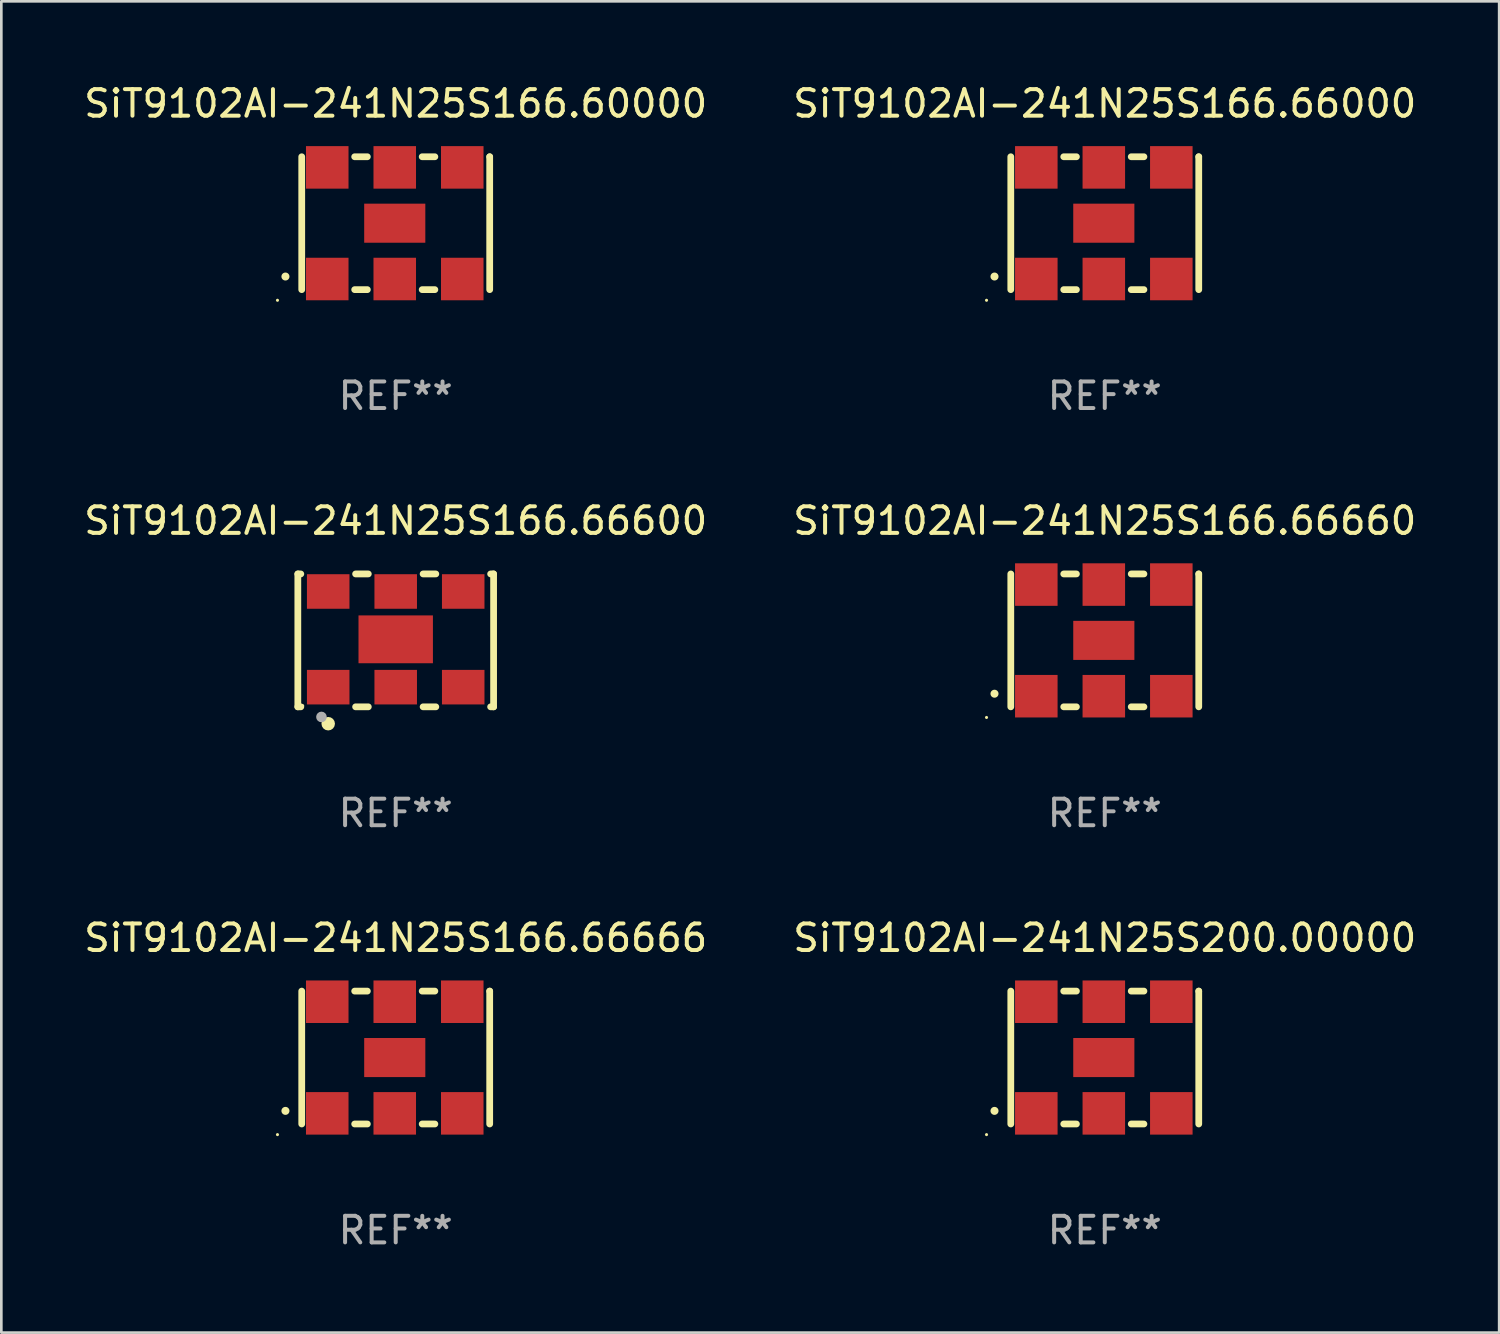
<source format=kicad_pcb>
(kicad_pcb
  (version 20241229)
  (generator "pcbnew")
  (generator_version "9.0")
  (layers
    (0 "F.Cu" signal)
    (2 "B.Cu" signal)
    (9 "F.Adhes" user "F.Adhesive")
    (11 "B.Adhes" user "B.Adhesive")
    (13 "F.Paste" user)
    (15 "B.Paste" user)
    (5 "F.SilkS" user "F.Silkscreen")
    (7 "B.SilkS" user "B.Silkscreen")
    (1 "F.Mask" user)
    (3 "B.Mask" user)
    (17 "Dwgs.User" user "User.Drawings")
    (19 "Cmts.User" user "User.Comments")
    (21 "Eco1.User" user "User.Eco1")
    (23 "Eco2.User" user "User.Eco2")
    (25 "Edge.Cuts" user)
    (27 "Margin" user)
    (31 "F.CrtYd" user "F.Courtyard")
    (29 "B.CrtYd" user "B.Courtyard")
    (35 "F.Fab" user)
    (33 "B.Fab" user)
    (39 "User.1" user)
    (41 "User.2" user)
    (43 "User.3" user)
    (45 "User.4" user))
  (footprint "SiT9102AI-241N25S200.00000"
    (layer "F.Cu")
    (at 38.518 36.741)
    (property "Reference" "SiT9102AI-241N25S200.00000" (at 0 -4.5 0) (layer "F.SilkS") (effects (font (size 1 1) (thickness 0.15))))
    (attr through_hole)
    (fp_line (start -3.536 -2.5) (end -3.536 2.5) (stroke (width 0.254) (type solid)) (layer "F.SilkS"))
    (fp_line (start -1.544 2.5) (end -1.067 2.5) (stroke (width 0.254) (type solid)) (layer "F.SilkS"))
    (fp_line (start -1.067 -2.5) (end -1.544 -2.5) (stroke (width 0.254) (type solid)) (layer "F.SilkS"))
    (fp_line (start 0.996 2.5) (end 1.473 2.5) (stroke (width 0.254) (type solid)) (layer "F.SilkS"))
    (fp_line (start 1.473 -2.5) (end 0.996 -2.5) (stroke (width 0.254) (type solid)) (layer "F.SilkS"))
    (fp_line (start 3.536 -2.5) (end 3.536 -2.5) (stroke (width 0.254) (type solid)) (layer "F.SilkS"))
    (fp_line (start 3.536 2.5) (end 3.536 -2.5) (stroke (width 0.254) (type solid)) (layer "F.SilkS"))
    (fp_arc (start -4.150432 2.006604) (mid -4.149162 2.006599) (end -4.147892 2.006604) (stroke (width 0.3) (type solid)) (layer "F.SilkS"))
    (fp_circle (center -4.449 2.9) (end -4.419 2.9) (stroke (width 0.06) (type solid)) (fill no) (layer "F.SilkS"))
    (fp_text user "REF**" (at 0 6.5 0) (layer "F.Fab") (effects (font (size 1 1) (thickness 0.15))))
    (pad "1" smd rect (at -2.576 2.1) (size 1.6 1.6) (layers "F.Cu" "F.Mask" "F.Paste"))
    (pad "2" smd rect (at -0.036 2.1) (size 1.6 1.6) (layers "F.Cu" "F.Mask" "F.Paste"))
    (pad "3" smd rect (at 2.504 2.1) (size 1.6 1.6) (layers "F.Cu" "F.Mask" "F.Paste"))
    (pad "4" smd rect (at 2.504 -2.1) (size 1.6 1.6) (layers "F.Cu" "F.Mask" "F.Paste"))
    (pad "5" smd rect (at -0.036 -2.1) (size 1.6 1.6) (layers "F.Cu" "F.Mask" "F.Paste"))
    (pad "6" smd rect (at -2.576 -2.1) (size 1.6 1.6) (layers "F.Cu" "F.Mask" "F.Paste"))
    (pad "7" smd rect (at -0.036 0) (size 2.3 1.47) (layers "F.Cu" "F.Mask" "F.Paste")))
  (footprint "SiT9102AI-241N25S166.60000"
    (layer "F.Cu")
    (at 11.839 5.348)
    (property "Reference" "SiT9102AI-241N25S166.60000" (at 0 -4.5 0) (layer "F.SilkS") (effects (font (size 1 1) (thickness 0.15))))
    (attr through_hole)
    (fp_line (start -3.536 -2.5) (end -3.536 2.5) (stroke (width 0.254) (type solid)) (layer "F.SilkS"))
    (fp_line (start -1.544 2.5) (end -1.067 2.5) (stroke (width 0.254) (type solid)) (layer "F.SilkS"))
    (fp_line (start -1.067 -2.5) (end -1.544 -2.5) (stroke (width 0.254) (type solid)) (layer "F.SilkS"))
    (fp_line (start 0.996 2.5) (end 1.473 2.5) (stroke (width 0.254) (type solid)) (layer "F.SilkS"))
    (fp_line (start 1.473 -2.5) (end 0.996 -2.5) (stroke (width 0.254) (type solid)) (layer "F.SilkS"))
    (fp_line (start 3.536 -2.5) (end 3.536 -2.5) (stroke (width 0.254) (type solid)) (layer "F.SilkS"))
    (fp_line (start 3.536 2.5) (end 3.536 -2.5) (stroke (width 0.254) (type solid)) (layer "F.SilkS"))
    (fp_arc (start -4.150432 2.006604) (mid -4.149162 2.006599) (end -4.147892 2.006604) (stroke (width 0.3) (type solid)) (layer "F.SilkS"))
    (fp_circle (center -4.449 2.9) (end -4.419 2.9) (stroke (width 0.06) (type solid)) (fill no) (layer "F.SilkS"))
    (fp_text user "REF**" (at 0 6.5 0) (layer "F.Fab") (effects (font (size 1 1) (thickness 0.15))))
    (pad "1" smd rect (at -2.576 2.1) (size 1.6 1.6) (layers "F.Cu" "F.Mask" "F.Paste"))
    (pad "2" smd rect (at -0.036 2.1) (size 1.6 1.6) (layers "F.Cu" "F.Mask" "F.Paste"))
    (pad "3" smd rect (at 2.504 2.1) (size 1.6 1.6) (layers "F.Cu" "F.Mask" "F.Paste"))
    (pad "4" smd rect (at 2.504 -2.1) (size 1.6 1.6) (layers "F.Cu" "F.Mask" "F.Paste"))
    (pad "5" smd rect (at -0.036 -2.1) (size 1.6 1.6) (layers "F.Cu" "F.Mask" "F.Paste"))
    (pad "6" smd rect (at -2.576 -2.1) (size 1.6 1.6) (layers "F.Cu" "F.Mask" "F.Paste"))
    (pad "7" smd rect (at -0.036 0) (size 2.3 1.47) (layers "F.Cu" "F.Mask" "F.Paste")))
  (footprint "SiT9102AI-241N25S166.66666"
    (layer "F.Cu")
    (at 11.839 36.741)
    (property "Reference" "SiT9102AI-241N25S166.66666" (at 0 -4.5 0) (layer "F.SilkS") (effects (font (size 1 1) (thickness 0.15))))
    (attr through_hole)
    (fp_line (start -3.536 -2.5) (end -3.536 2.5) (stroke (width 0.254) (type solid)) (layer "F.SilkS"))
    (fp_line (start -1.544 2.5) (end -1.067 2.5) (stroke (width 0.254) (type solid)) (layer "F.SilkS"))
    (fp_line (start -1.067 -2.5) (end -1.544 -2.5) (stroke (width 0.254) (type solid)) (layer "F.SilkS"))
    (fp_line (start 0.996 2.5) (end 1.473 2.5) (stroke (width 0.254) (type solid)) (layer "F.SilkS"))
    (fp_line (start 1.473 -2.5) (end 0.996 -2.5) (stroke (width 0.254) (type solid)) (layer "F.SilkS"))
    (fp_line (start 3.536 -2.5) (end 3.536 -2.5) (stroke (width 0.254) (type solid)) (layer "F.SilkS"))
    (fp_line (start 3.536 2.5) (end 3.536 -2.5) (stroke (width 0.254) (type solid)) (layer "F.SilkS"))
    (fp_arc (start -4.150432 2.006604) (mid -4.149162 2.006599) (end -4.147892 2.006604) (stroke (width 0.3) (type solid)) (layer "F.SilkS"))
    (fp_circle (center -4.449 2.9) (end -4.419 2.9) (stroke (width 0.06) (type solid)) (fill no) (layer "F.SilkS"))
    (fp_text user "REF**" (at 0 6.5 0) (layer "F.Fab") (effects (font (size 1 1) (thickness 0.15))))
    (pad "1" smd rect (at -2.576 2.1) (size 1.6 1.6) (layers "F.Cu" "F.Mask" "F.Paste"))
    (pad "2" smd rect (at -0.036 2.1) (size 1.6 1.6) (layers "F.Cu" "F.Mask" "F.Paste"))
    (pad "3" smd rect (at 2.504 2.1) (size 1.6 1.6) (layers "F.Cu" "F.Mask" "F.Paste"))
    (pad "4" smd rect (at 2.504 -2.1) (size 1.6 1.6) (layers "F.Cu" "F.Mask" "F.Paste"))
    (pad "5" smd rect (at -0.036 -2.1) (size 1.6 1.6) (layers "F.Cu" "F.Mask" "F.Paste"))
    (pad "6" smd rect (at -2.576 -2.1) (size 1.6 1.6) (layers "F.Cu" "F.Mask" "F.Paste"))
    (pad "7" smd rect (at -0.036 0) (size 2.3 1.47) (layers "F.Cu" "F.Mask" "F.Paste")))
  (footprint "SiT9102AI-241N25S166.66600"
    (layer "F.Cu")
    (at 11.839 21.045)
    (property "Reference" "SiT9102AI-241N25S166.66600" (at 0 -4.5 0) (layer "F.SilkS") (effects (font (size 1 1) (thickness 0.15))))
    (attr through_hole)
    (fp_line (start -3.683 -2.5) (end -3.571 -2.5) (stroke (width 0.254) (type solid)) (layer "F.SilkS"))
    (fp_line (start -3.683 2.5) (end -3.683 -2.5) (stroke (width 0.254) (type solid)) (layer "F.SilkS"))
    (fp_line (start -3.683 2.5) (end -3.571 2.5) (stroke (width 0.254) (type solid)) (layer "F.SilkS"))
    (fp_line (start -1.509 -2.5) (end -1.031 -2.5) (stroke (width 0.254) (type solid)) (layer "F.SilkS"))
    (fp_line (start -1.509 2.5) (end -1.031 2.5) (stroke (width 0.254) (type solid)) (layer "F.SilkS"))
    (fp_line (start 1.031 -2.5) (end 1.509 -2.5) (stroke (width 0.254) (type solid)) (layer "F.SilkS"))
    (fp_line (start 1.031 2.5) (end 1.509 2.5) (stroke (width 0.254) (type solid)) (layer "F.SilkS"))
    (fp_line (start 3.571 -2.5) (end 3.683 -2.5) (stroke (width 0.254) (type solid)) (layer "F.SilkS"))
    (fp_line (start 3.571 2.5) (end 3.683 2.5) (stroke (width 0.254) (type solid)) (layer "F.SilkS"))
    (fp_line (start 3.683 2.5) (end 3.683 -2.5) (stroke (width 0.254) (type solid)) (layer "F.SilkS"))
    (fp_circle (center -3.5 2.46) (end -3.47 2.46) (stroke (width 0.06) (type solid)) (fill no) (layer "F.SilkS"))
    (fp_circle (center -2.54 3.135) (end -2.413 3.135) (stroke (width 0.254) (type solid)) (fill no) (layer "F.SilkS"))
    (fp_circle (center -2.794 2.881) (end -2.694 2.881) (stroke (width 0.2) (type solid)) (fill no) (layer "F.Fab"))
    (fp_text user "REF**" (at 0 6.5 0) (layer "F.Fab") (effects (font (size 1 1) (thickness 0.15))))
    (pad "1" smd rect (at -2.54 1.76) (size 1.6 1.3) (layers "F.Cu" "F.Mask" "F.Paste"))
    (pad "2" smd rect (at 0 1.76) (size 1.6 1.3) (layers "F.Cu" "F.Mask" "F.Paste"))
    (pad "3" smd rect (at 2.54 1.76) (size 1.6 1.3) (layers "F.Cu" "F.Mask" "F.Paste"))
    (pad "4" smd rect (at 2.54 -1.84) (size 1.6 1.3) (layers "F.Cu" "F.Mask" "F.Paste"))
    (pad "5" smd rect (at 0 -1.84) (size 1.6 1.3) (layers "F.Cu" "F.Mask" "F.Paste"))
    (pad "6" smd rect (at -2.54 -1.84) (size 1.6 1.3) (layers "F.Cu" "F.Mask" "F.Paste"))
    (pad "7" smd rect (at 0 -0.04) (size 2.8 1.8) (layers "F.Cu" "F.Mask" "F.Paste")))
  (footprint "SiT9102AI-241N25S166.66000"
    (layer "F.Cu")
    (at 38.518 5.348)
    (property "Reference" "SiT9102AI-241N25S166.66000" (at 0 -4.5 0) (layer "F.SilkS") (effects (font (size 1 1) (thickness 0.15))))
    (attr through_hole)
    (fp_line (start -3.536 -2.5) (end -3.536 2.5) (stroke (width 0.254) (type solid)) (layer "F.SilkS"))
    (fp_line (start -1.544 2.5) (end -1.067 2.5) (stroke (width 0.254) (type solid)) (layer "F.SilkS"))
    (fp_line (start -1.067 -2.5) (end -1.544 -2.5) (stroke (width 0.254) (type solid)) (layer "F.SilkS"))
    (fp_line (start 0.996 2.5) (end 1.473 2.5) (stroke (width 0.254) (type solid)) (layer "F.SilkS"))
    (fp_line (start 1.473 -2.5) (end 0.996 -2.5) (stroke (width 0.254) (type solid)) (layer "F.SilkS"))
    (fp_line (start 3.536 -2.5) (end 3.536 -2.5) (stroke (width 0.254) (type solid)) (layer "F.SilkS"))
    (fp_line (start 3.536 2.5) (end 3.536 -2.5) (stroke (width 0.254) (type solid)) (layer "F.SilkS"))
    (fp_arc (start -4.150432 2.006604) (mid -4.149162 2.006599) (end -4.147892 2.006604) (stroke (width 0.3) (type solid)) (layer "F.SilkS"))
    (fp_circle (center -4.449 2.9) (end -4.419 2.9) (stroke (width 0.06) (type solid)) (fill no) (layer "F.SilkS"))
    (fp_text user "REF**" (at 0 6.5 0) (layer "F.Fab") (effects (font (size 1 1) (thickness 0.15))))
    (pad "1" smd rect (at -2.576 2.1) (size 1.6 1.6) (layers "F.Cu" "F.Mask" "F.Paste"))
    (pad "2" smd rect (at -0.036 2.1) (size 1.6 1.6) (layers "F.Cu" "F.Mask" "F.Paste"))
    (pad "3" smd rect (at 2.504 2.1) (size 1.6 1.6) (layers "F.Cu" "F.Mask" "F.Paste"))
    (pad "4" smd rect (at 2.504 -2.1) (size 1.6 1.6) (layers "F.Cu" "F.Mask" "F.Paste"))
    (pad "5" smd rect (at -0.036 -2.1) (size 1.6 1.6) (layers "F.Cu" "F.Mask" "F.Paste"))
    (pad "6" smd rect (at -2.576 -2.1) (size 1.6 1.6) (layers "F.Cu" "F.Mask" "F.Paste"))
    (pad "7" smd rect (at -0.036 0) (size 2.3 1.47) (layers "F.Cu" "F.Mask" "F.Paste")))
  (footprint "SiT9102AI-241N25S166.66660"
    (layer "F.Cu")
    (at 38.518 21.045)
    (property "Reference" "SiT9102AI-241N25S166.66660" (at 0 -4.5 0) (layer "F.SilkS") (effects (font (size 1 1) (thickness 0.15))))
    (attr through_hole)
    (fp_line (start -3.536 -2.5) (end -3.536 2.5) (stroke (width 0.254) (type solid)) (layer "F.SilkS"))
    (fp_line (start -1.544 2.5) (end -1.067 2.5) (stroke (width 0.254) (type solid)) (layer "F.SilkS"))
    (fp_line (start -1.067 -2.5) (end -1.544 -2.5) (stroke (width 0.254) (type solid)) (layer "F.SilkS"))
    (fp_line (start 0.996 2.5) (end 1.473 2.5) (stroke (width 0.254) (type solid)) (layer "F.SilkS"))
    (fp_line (start 1.473 -2.5) (end 0.996 -2.5) (stroke (width 0.254) (type solid)) (layer "F.SilkS"))
    (fp_line (start 3.536 -2.5) (end 3.536 -2.5) (stroke (width 0.254) (type solid)) (layer "F.SilkS"))
    (fp_line (start 3.536 2.5) (end 3.536 -2.5) (stroke (width 0.254) (type solid)) (layer "F.SilkS"))
    (fp_arc (start -4.150432 2.006604) (mid -4.149162 2.006599) (end -4.147892 2.006604) (stroke (width 0.3) (type solid)) (layer "F.SilkS"))
    (fp_circle (center -4.449 2.9) (end -4.419 2.9) (stroke (width 0.06) (type solid)) (fill no) (layer "F.SilkS"))
    (fp_text user "REF**" (at 0 6.5 0) (layer "F.Fab") (effects (font (size 1 1) (thickness 0.15))))
    (pad "1" smd rect (at -2.576 2.1) (size 1.6 1.6) (layers "F.Cu" "F.Mask" "F.Paste"))
    (pad "2" smd rect (at -0.036 2.1) (size 1.6 1.6) (layers "F.Cu" "F.Mask" "F.Paste"))
    (pad "3" smd rect (at 2.504 2.1) (size 1.6 1.6) (layers "F.Cu" "F.Mask" "F.Paste"))
    (pad "4" smd rect (at 2.504 -2.1) (size 1.6 1.6) (layers "F.Cu" "F.Mask" "F.Paste"))
    (pad "5" smd rect (at -0.036 -2.1) (size 1.6 1.6) (layers "F.Cu" "F.Mask" "F.Paste"))
    (pad "6" smd rect (at -2.576 -2.1) (size 1.6 1.6) (layers "F.Cu" "F.Mask" "F.Paste"))
    (pad "7" smd rect (at -0.036 0) (size 2.3 1.47) (layers "F.Cu" "F.Mask" "F.Paste")))
  (gr_rect
    (start -3 -3)
    (end 53.357 47.09)
    (stroke (width 0.1) (type default))
    (fill no)
    (layer "Edge.Cuts")))
</source>
